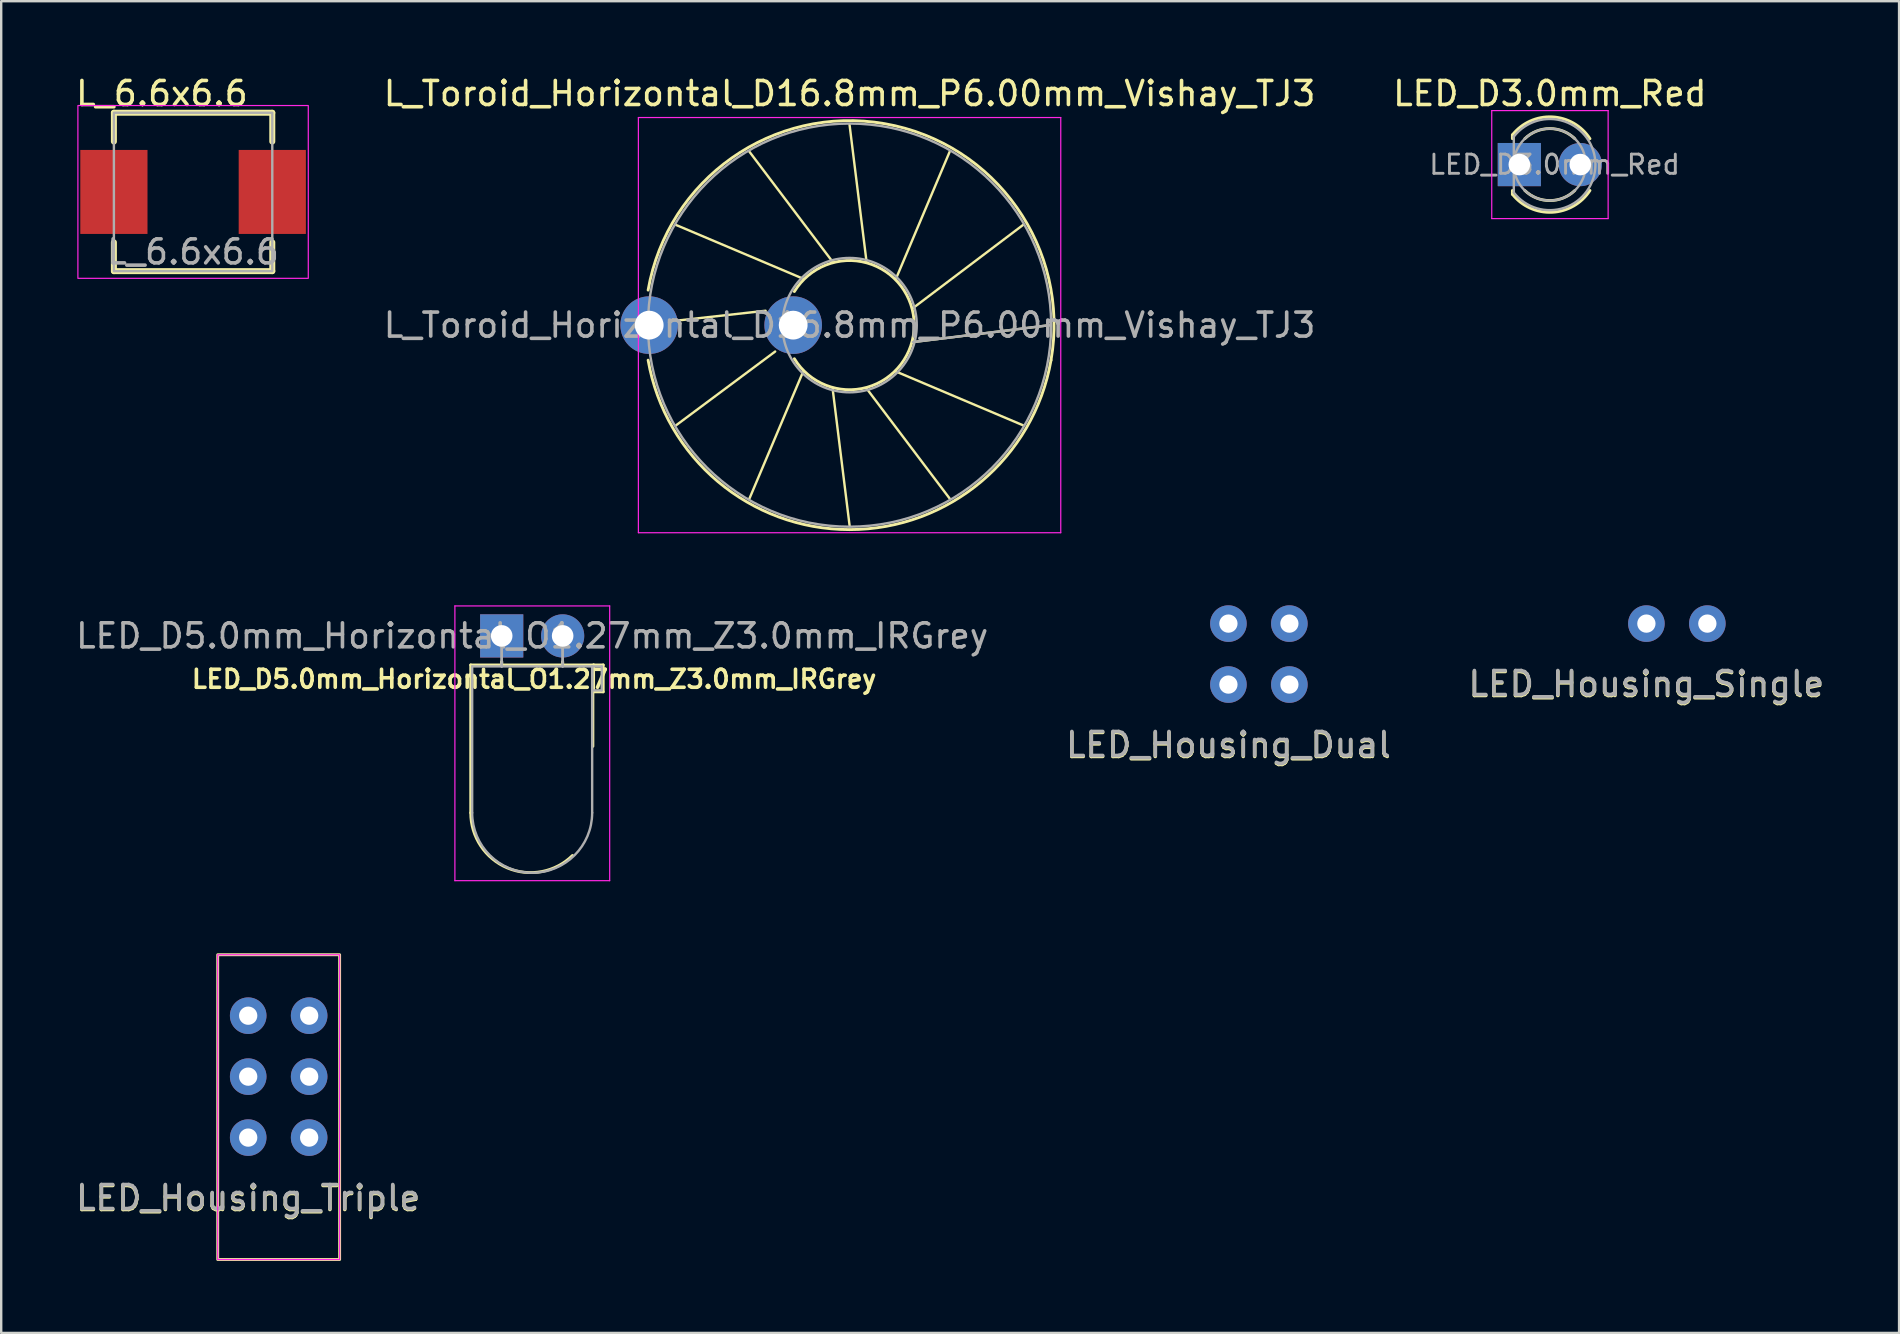
<source format=kicad_pcb>
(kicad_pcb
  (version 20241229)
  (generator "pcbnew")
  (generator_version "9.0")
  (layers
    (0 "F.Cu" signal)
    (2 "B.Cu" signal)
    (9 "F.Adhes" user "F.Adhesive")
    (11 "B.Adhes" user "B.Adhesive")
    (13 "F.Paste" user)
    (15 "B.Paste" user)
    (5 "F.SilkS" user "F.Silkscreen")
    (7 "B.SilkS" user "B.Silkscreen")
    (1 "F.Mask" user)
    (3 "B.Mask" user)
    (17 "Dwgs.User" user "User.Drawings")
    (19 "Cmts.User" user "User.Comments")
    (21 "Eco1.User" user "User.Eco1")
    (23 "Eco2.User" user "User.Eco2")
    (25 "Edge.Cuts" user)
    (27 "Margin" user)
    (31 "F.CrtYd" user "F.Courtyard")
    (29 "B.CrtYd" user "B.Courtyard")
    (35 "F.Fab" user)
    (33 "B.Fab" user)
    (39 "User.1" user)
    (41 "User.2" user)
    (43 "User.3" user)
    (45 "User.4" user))
  (footprint "LED_Housing_Triple"
    (layer "F.Cu")
    (at 7.292 44.353)
    (property "Reference" "LED_Housing_Triple" (at 0 2.54 0) (unlocked yes) (layer "F.SilkS") (effects (font (size 1 1) (thickness 0.15))))
    (attr through_hole)
    (fp_rect (start -1.27 -7.62) (end 3.81 5.08) (stroke (width 0.12) (type solid)) (fill no) (layer "F.SilkS"))
    (fp_rect (start -1.27 -7.62) (end 3.81 5.08) (stroke (width 0.05) (type solid)) (fill no) (layer "F.CrtYd"))
    (fp_text user "${REFERENCE}" (at 0 2.5 0) (unlocked yes) (layer "F.Fab") (effects (font (size 1 1) (thickness 0.15))))
    (pad "1" thru_hole circle (at 0 0) (size 1.524 1.524) (drill 0.762) (layers "*.Cu" "*.Mask"))
    (pad "2" thru_hole circle (at 2.54 0) (size 1.524 1.524) (drill 0.762) (layers "*.Cu" "*.Mask"))
    (pad "3" thru_hole circle (at 0 -2.54) (size 1.524 1.524) (drill 0.762) (layers "*.Cu" "*.Mask"))
    (pad "4" thru_hole circle (at 2.54 -2.54) (size 1.524 1.524) (drill 0.762) (layers "*.Cu" "*.Mask"))
    (pad "5" thru_hole circle (at 0 -5.08) (size 1.524 1.524) (drill 0.762) (layers "*.Cu" "*.Mask"))
    (pad "6" thru_hole circle (at 2.54 -5.08) (size 1.524 1.524) (drill 0.762) (layers "*.Cu" "*.Mask")))
  (footprint "LED_Housing_Single"
    (layer "F.Cu")
    (at 65.554 22.935)
    (property "Reference" "LED_Housing_Single" (at 0 2.54 0) (unlocked yes) (layer "F.SilkS") (effects (font (size 1 1) (thickness 0.15))))
    (attr through_hole)
    (fp_text user "${REFERENCE}" (at 0 2.5 0) (unlocked yes) (layer "F.Fab") (effects (font (size 1 1) (thickness 0.15))))
    (pad "1" thru_hole circle (at 0 0) (size 1.524 1.524) (drill 0.762) (layers "*.Cu" "*.Mask"))
    (pad "2" thru_hole circle (at 2.54 0) (size 1.524 1.524) (drill 0.762) (layers "*.Cu" "*.Mask")))
  (footprint "L_Toroid_Horizontal_D16.8mm_P6.00mm_Vishay_TJ3"
    (layer "F.Cu")
    (at 32.351 10.498)
    (property "Reference" "L_Toroid_Horizontal_D16.8mm_P6.00mm_Vishay_TJ3" (at 0 -9.65 0) (layer "F.SilkS") (effects (font (size 1 1) (thickness 0.15))))
    (attr through_hole)
    (fp_line (start -7.231 -4.174) (end -1.933 -1.933) (stroke (width 0.1) (type solid)) (layer "F.SilkS"))
    (fp_line (start -7.231 4.175) (end -3.1 1.1) (stroke (width 0.1) (type solid)) (layer "F.SilkS"))
    (fp_line (start -7.1 -0.2) (end -3.5 -0.6) (stroke (width 0.1) (type solid)) (layer "F.SilkS"))
    (fp_line (start -4.176 -7.23) (end -0.708 -2.64) (stroke (width 0.1) (type solid)) (layer "F.SilkS"))
    (fp_line (start -4.174 7.231) (end -1.933 1.933) (stroke (width 0.1) (type solid)) (layer "F.SilkS"))
    (fp_line (start -0.001 -8.35) (end 0.707 -2.641) (stroke (width 0.1) (type solid)) (layer "F.SilkS"))
    (fp_line (start 0.000387 8.35) (end -0.707 2.64) (stroke (width 0.1) (type solid)) (layer "F.SilkS"))
    (fp_line (start 4.174 -7.232) (end 1.933 -1.933) (stroke (width 0.1) (type solid)) (layer "F.SilkS"))
    (fp_line (start 4.175 7.231) (end 0.708 2.64) (stroke (width 0.1) (type solid)) (layer "F.SilkS"))
    (fp_line (start 7.23 -4.176) (end 2.64 -0.708) (stroke (width 0.1) (type solid)) (layer "F.SilkS"))
    (fp_line (start 7.231 4.175) (end 1.933 1.933) (stroke (width 0.1) (type solid)) (layer "F.SilkS"))
    (fp_line (start 8.35 0) (end 2.64 0.707) (stroke (width 0.1) (type solid)) (layer "F.SilkS"))
    (fp_arc (start -8.393974 -1.46) (mid 1.46 -8.393974) (end 8.393974 1.46) (stroke (width 0.12) (type solid)) (layer "F.SilkS"))
    (fp_arc (start -2.3 -1.4) (mid 2.692582 0) (end -2.3 1.4) (stroke (width 0.12) (type solid)) (layer "F.SilkS"))
    (fp_arc (start 8.393974 1.46) (mid 0 8.52) (end -8.393974 1.46) (stroke (width 0.12) (type solid)) (layer "F.SilkS"))
    (fp_line (start -8.8 -8.65) (end -8.8 8.65) (stroke (width 0.05) (type solid)) (layer "F.CrtYd"))
    (fp_line (start -8.8 8.65) (end 8.8 8.65) (stroke (width 0.05) (type solid)) (layer "F.CrtYd"))
    (fp_line (start 8.8 -8.65) (end -8.8 -8.65) (stroke (width 0.05) (type solid)) (layer "F.CrtYd"))
    (fp_line (start 8.8 8.65) (end 8.8 -8.65) (stroke (width 0.05) (type solid)) (layer "F.CrtYd"))
    (fp_line (start 8.35 -0.002) (end 2.641 0.707) (stroke (width 0.1) (type solid)) (layer "F.Fab"))
    (fp_circle (center 0 0) (end 2.8 0) (stroke (width 0.1) (type solid)) (fill no) (layer "F.Fab"))
    (fp_circle (center 0 0) (end 8.4 0) (stroke (width 0.1) (type solid)) (fill no) (layer "F.Fab"))
    (fp_text user "${REFERENCE}" (at 0 0 0) (layer "F.Fab") (effects (font (size 1 1) (thickness 0.15))))
    (pad "1" thru_hole circle (at -8.35 0) (size 2.4 2.4) (drill 1.2) (layers "*.Cu" "*.Mask"))
    (pad "2" thru_hole circle (at -2.35 0) (size 2.4 2.4) (drill 1.2) (layers "*.Cu" "*.Mask")))
  (footprint "L_6.6x6.6"
    (layer "F.Cu")
    (at 4.996 4.948)
    (property "Reference" "L_6.6x6.6" (at -1.3 -4.1 0) (unlocked yes) (layer "F.SilkS") (effects (font (size 1 1) (thickness 0.15))))
    (attr smd)
    (fp_line (start -3.3 -3.3) (end -3.3 -2.1) (stroke (width 0.25) (type default)) (layer "F.SilkS"))
    (fp_line (start -3.3 3.3) (end -3.3 2.1) (stroke (width 0.25) (type default)) (layer "F.SilkS"))
    (fp_line (start -3.3 3.3) (end 3.3 3.3) (stroke (width 0.25) (type default)) (layer "F.SilkS"))
    (fp_line (start 3.3 -3.3) (end -3.3 -3.3) (stroke (width 0.25) (type default)) (layer "F.SilkS"))
    (fp_line (start 3.3 -3.3) (end 3.3 -2.1) (stroke (width 0.25) (type default)) (layer "F.SilkS"))
    (fp_line (start 3.3 3.3) (end 3.3 2.1) (stroke (width 0.25) (type default)) (layer "F.SilkS"))
    (fp_rect (start 4.8 -3.6) (end -4.8 3.6) (stroke (width 0.05) (type default)) (fill no) (layer "F.CrtYd"))
    (fp_rect (start -3.3 -3.3) (end 3.3 3.3) (stroke (width 0.1) (type default)) (fill no) (layer "F.Fab"))
    (fp_text user "${REFERENCE}" (at 0 2.5 0) (unlocked yes) (layer "F.Fab") (effects (font (size 1 1) (thickness 0.15))))
    (pad "1" smd rect (at -3.3 0) (size 2.8 3.5) (layers "F.Cu" "F.Mask" "F.Paste"))
    (pad "2" smd rect (at 3.3 0) (size 2.8 3.5) (layers "F.Cu" "F.Mask" "F.Paste")))
  (footprint "LED_D3.0mm_Red"
    (layer "F.Cu")
    (at 60.26 3.808)
    (property "Reference" "LED_D3.0mm_Red" (at 1.27 -2.96 0) (layer "F.SilkS") (effects (font (size 1 1) (thickness 0.15))))
    (attr through_hole)
    (fp_line (start -0.29 -1.236) (end -0.29 -1.08) (stroke (width 0.12) (type solid)) (layer "F.SilkS"))
    (fp_line (start -0.29 1.08) (end -0.29 1.236) (stroke (width 0.12) (type solid)) (layer "F.SilkS"))
    (fp_arc (start -0.29 -1.235516) (mid 1.366487 -1.987659) (end 2.942335 -1.078608) (stroke (width 0.12) (type solid)) (layer "F.SilkS"))
    (fp_arc (start 0.229039 -1.08) (mid 1.270117 -1.5) (end 2.31113 -1.079837) (stroke (width 0.12) (type solid)) (layer "F.SilkS"))
    (fp_arc (start 2.31113 1.079837) (mid 1.270117 1.5) (end 0.229039 1.08) (stroke (width 0.12) (type solid)) (layer "F.SilkS"))
    (fp_arc (start 2.942335 1.078608) (mid 1.366487 1.987659) (end -0.29 1.235516) (stroke (width 0.12) (type solid)) (layer "F.SilkS"))
    (fp_line (start -1.15 -2.25) (end -1.15 2.25) (stroke (width 0.05) (type solid)) (layer "F.CrtYd"))
    (fp_line (start -1.15 2.25) (end 3.7 2.25) (stroke (width 0.05) (type solid)) (layer "F.CrtYd"))
    (fp_line (start 3.7 -2.25) (end -1.15 -2.25) (stroke (width 0.05) (type solid)) (layer "F.CrtYd"))
    (fp_line (start 3.7 2.25) (end 3.7 -2.25) (stroke (width 0.05) (type solid)) (layer "F.CrtYd"))
    (fp_line (start -0.23 -1.166) (end -0.23 1.166) (stroke (width 0.1) (type solid)) (layer "F.Fab"))
    (fp_arc (start -0.23 -1.16619) (mid 3.17 0.000452) (end -0.230555 1.165476) (stroke (width 0.1) (type solid)) (layer "F.Fab"))
    (fp_circle (center 1.27 0) (end 2.77 0) (stroke (width 0.1) (type solid)) (fill no) (layer "F.Fab"))
    (fp_text user "${REFERENCE}" (at 1.47 0 0) (layer "F.Fab") (effects (font (size 0.8 0.8) (thickness 0.12))))
    (pad "1" thru_hole rect (at 0 0) (size 1.8 1.8) (drill 0.9) (layers "*.Cu" "*.Mask"))
    (pad "2" thru_hole circle (at 2.54 0) (size 1.8 1.8) (drill 0.9) (layers "*.Cu" "*.Mask")))
  (footprint "LED_Housing_Dual"
    (layer "F.Cu")
    (at 48.137 25.475)
    (property "Reference" "LED_Housing_Dual" (at 0 2.54 0) (unlocked yes) (layer "F.SilkS") (effects (font (size 1 1) (thickness 0.15))))
    (attr through_hole)
    (fp_text user "${REFERENCE}" (at 0 2.5 0) (unlocked yes) (layer "F.Fab") (effects (font (size 1 1) (thickness 0.15))))
    (pad "1" thru_hole circle (at 0 0) (size 1.524 1.524) (drill 0.762) (layers "*.Cu" "*.Mask"))
    (pad "2" thru_hole circle (at 2.54 0) (size 1.524 1.524) (drill 0.762) (layers "*.Cu" "*.Mask"))
    (pad "3" thru_hole circle (at 0 -2.54) (size 1.524 1.524) (drill 0.762) (layers "*.Cu" "*.Mask"))
    (pad "4" thru_hole circle (at 2.54 -2.54) (size 1.524 1.524) (drill 0.762) (layers "*.Cu" "*.Mask")))
  (footprint "LED_D5.0mm_Horizontal_O1.27mm_Z3.0mm_IRGrey"
    (layer "F.Cu")
    (at 17.855 23.448)
    (property "Reference" "LED_D5.0mm_Horizontal_O1.27mm_Z3.0mm_IRGrey" (at 1.35 1.8 180) (layer "F.SilkS") (effects (font (size 0.75 0.75) (thickness 0.15))))
    (attr through_hole)
    (fp_line (start -1.29 1.21) (end -1.29 7.37) (stroke (width 0.12) (type solid)) (layer "F.SilkS"))
    (fp_line (start -1.29 1.21) (end 3.83 1.21) (stroke (width 0.12) (type solid)) (layer "F.SilkS"))
    (fp_line (start 0 1.08) (end 0 1.08) (stroke (width 0.12) (type solid)) (layer "F.SilkS"))
    (fp_line (start 0 1.08) (end 0 1.21) (stroke (width 0.12) (type solid)) (layer "F.SilkS"))
    (fp_line (start 0 1.21) (end 0 1.08) (stroke (width 0.12) (type solid)) (layer "F.SilkS"))
    (fp_line (start 0 1.21) (end 0 1.21) (stroke (width 0.12) (type solid)) (layer "F.SilkS"))
    (fp_line (start 2.54 1.08) (end 2.54 1.08) (stroke (width 0.12) (type solid)) (layer "F.SilkS"))
    (fp_line (start 2.54 1.08) (end 2.54 1.21) (stroke (width 0.12) (type solid)) (layer "F.SilkS"))
    (fp_line (start 2.54 1.21) (end 2.54 1.08) (stroke (width 0.12) (type solid)) (layer "F.SilkS"))
    (fp_line (start 2.54 1.21) (end 2.54 1.21) (stroke (width 0.12) (type solid)) (layer "F.SilkS"))
    (fp_line (start 3.8 2.37) (end 3.8 4.6) (stroke (width 0.12) (type solid)) (layer "F.SilkS"))
    (fp_line (start 3.83 1.21) (end 4.23 1.21) (stroke (width 0.12) (type solid)) (layer "F.SilkS"))
    (fp_line (start 3.83 2.33) (end 3.83 1.21) (stroke (width 0.12) (type solid)) (layer "F.SilkS"))
    (fp_line (start 4.23 1.21) (end 4.23 2.33) (stroke (width 0.12) (type solid)) (layer "F.SilkS"))
    (fp_line (start 4.23 2.33) (end 3.83 2.33) (stroke (width 0.12) (type solid)) (layer "F.SilkS"))
    (fp_arc (start 2.95 9.15) (mid 0.238385 9.669239) (end -1.29 7.37) (stroke (width 0.12) (type solid)) (layer "F.SilkS"))
    (fp_line (start -1.95 -1.25) (end -1.95 10.2) (stroke (width 0.05) (type solid)) (layer "F.CrtYd"))
    (fp_line (start -1.95 10.2) (end 4.5 10.2) (stroke (width 0.05) (type solid)) (layer "F.CrtYd"))
    (fp_line (start 4.5 -1.25) (end -1.95 -1.25) (stroke (width 0.05) (type solid)) (layer "F.CrtYd"))
    (fp_line (start 4.5 10.2) (end 4.5 -1.25) (stroke (width 0.05) (type solid)) (layer "F.CrtYd"))
    (fp_line (start -1.23 1.27) (end -1.23 7.37) (stroke (width 0.1) (type solid)) (layer "F.Fab"))
    (fp_line (start -1.23 1.27) (end 3.77 1.27) (stroke (width 0.1) (type solid)) (layer "F.Fab"))
    (fp_line (start 0 0) (end 0 0) (stroke (width 0.1) (type solid)) (layer "F.Fab"))
    (fp_line (start 0 0) (end 0 1.27) (stroke (width 0.1) (type solid)) (layer "F.Fab"))
    (fp_line (start 0 1.27) (end 0 0) (stroke (width 0.1) (type solid)) (layer "F.Fab"))
    (fp_line (start 0 1.27) (end 0 1.27) (stroke (width 0.1) (type solid)) (layer "F.Fab"))
    (fp_line (start 2.54 0) (end 2.54 0) (stroke (width 0.1) (type solid)) (layer "F.Fab"))
    (fp_line (start 2.54 0) (end 2.54 1.27) (stroke (width 0.1) (type solid)) (layer "F.Fab"))
    (fp_line (start 2.54 1.27) (end 2.54 0) (stroke (width 0.1) (type solid)) (layer "F.Fab"))
    (fp_line (start 2.54 1.27) (end 2.54 1.27) (stroke (width 0.1) (type solid)) (layer "F.Fab"))
    (fp_line (start 3.77 1.27) (end 3.77 7.37) (stroke (width 0.1) (type solid)) (layer "F.Fab"))
    (fp_line (start 3.77 1.27) (end 4.17 1.27) (stroke (width 0.1) (type solid)) (layer "F.Fab"))
    (fp_line (start 3.77 2.27) (end 3.77 1.27) (stroke (width 0.1) (type solid)) (layer "F.Fab"))
    (fp_line (start 4.17 1.27) (end 4.17 2.27) (stroke (width 0.1) (type solid)) (layer "F.Fab"))
    (fp_line (start 4.17 2.27) (end 3.77 2.27) (stroke (width 0.1) (type solid)) (layer "F.Fab"))
    (fp_arc (start 3.77 7.37) (mid 1.27 9.87) (end -1.23 7.37) (stroke (width 0.1) (type solid)) (layer "F.Fab"))
    (fp_text user "${REFERENCE}" (at 1.27 0 180) (layer "F.Fab") (effects (font (size 1 1) (thickness 0.15))))
    (pad "1" thru_hole rect (at 0 0) (size 1.8 1.8) (drill 0.9) (layers "*.Cu" "*.Mask"))
    (pad "2" thru_hole circle (at 2.54 0) (size 1.8 1.8) (drill 0.9) (layers "*.Cu" "*.Mask")))
  (gr_rect
    (start -3 -3)
    (end 76.083 52.493)
    (stroke (width 0.1) (type default))
    (fill no)
    (layer "Edge.Cuts")))
</source>
